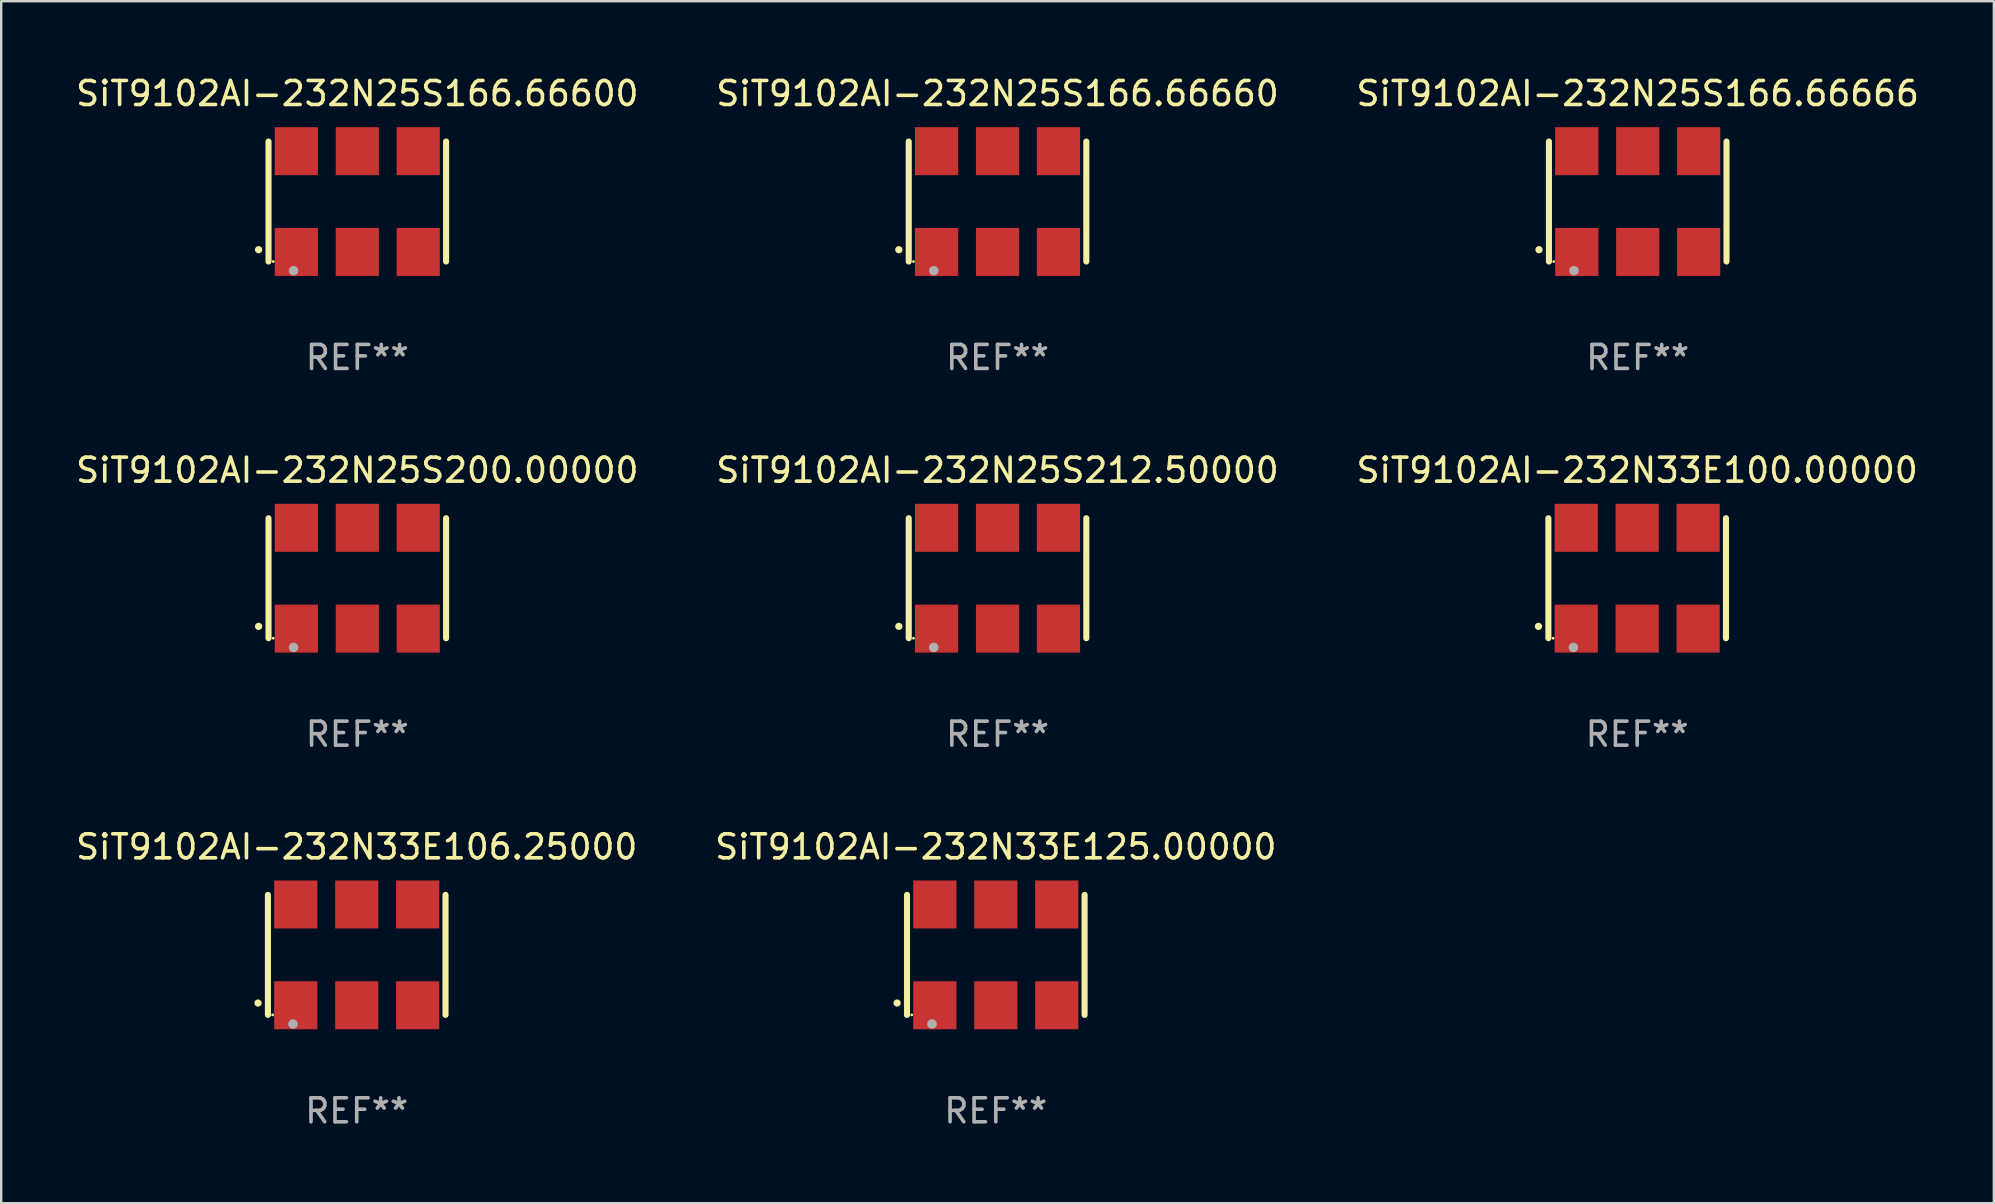
<source format=kicad_pcb>
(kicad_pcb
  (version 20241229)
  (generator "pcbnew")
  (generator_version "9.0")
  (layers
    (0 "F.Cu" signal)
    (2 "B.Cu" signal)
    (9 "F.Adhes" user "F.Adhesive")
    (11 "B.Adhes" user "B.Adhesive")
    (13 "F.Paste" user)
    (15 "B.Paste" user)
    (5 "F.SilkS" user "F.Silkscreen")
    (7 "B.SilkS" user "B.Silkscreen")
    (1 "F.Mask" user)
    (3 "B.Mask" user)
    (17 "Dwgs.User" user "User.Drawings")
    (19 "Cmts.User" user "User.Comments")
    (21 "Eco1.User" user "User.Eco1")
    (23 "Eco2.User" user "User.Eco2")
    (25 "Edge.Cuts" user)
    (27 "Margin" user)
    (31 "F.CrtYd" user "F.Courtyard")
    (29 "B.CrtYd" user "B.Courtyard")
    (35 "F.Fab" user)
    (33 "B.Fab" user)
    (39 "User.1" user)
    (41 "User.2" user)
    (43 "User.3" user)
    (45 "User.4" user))
  (footprint "SiT9102AI-232N25S212.50000"
    (layer "F.Cu")
    (at 38.518 21.045)
    (property "Reference" "SiT9102AI-232N25S212.50000" (at 0 -4.5 0) (layer "F.SilkS") (effects (font (size 1 1) (thickness 0.15))))
    (attr through_hole)
    (fp_line (start -3.7 -2.5) (end -3.7 2.5) (stroke (width 0.254) (type solid)) (layer "F.SilkS"))
    (fp_line (start 3.7 -2.5) (end 3.7 2.5) (stroke (width 0.254) (type solid)) (layer "F.SilkS"))
    (fp_arc (start -4.114415 2.006604) (mid -4.113145 2.006599) (end -4.111875 2.006604) (stroke (width 0.3) (type solid)) (layer "F.SilkS"))
    (fp_circle (center -3.502 2.5) (end -3.472 2.5) (stroke (width 0.06) (type solid)) (fill no) (layer "F.SilkS"))
    (fp_circle (center -2.657 2.882) (end -2.557 2.882) (stroke (width 0.2) (type solid)) (fill no) (layer "F.Fab"))
    (fp_text user "REF**" (at 0 6.5 0) (layer "F.Fab") (effects (font (size 1 1) (thickness 0.15))))
    (pad "1" smd rect (at -2.54 2.1) (size 1.8 2) (layers "F.Cu" "F.Mask" "F.Paste"))
    (pad "2" smd rect (at 0.000394 2.1) (size 1.8 2) (layers "F.Cu" "F.Mask" "F.Paste"))
    (pad "3" smd rect (at 2.54 2.1) (size 1.8 2) (layers "F.Cu" "F.Mask" "F.Paste"))
    (pad "4" smd rect (at 2.54 -2.1) (size 1.8 2) (layers "F.Cu" "F.Mask" "F.Paste"))
    (pad "5" smd rect (at 0.000394 -2.1) (size 1.8 2) (layers "F.Cu" "F.Mask" "F.Paste"))
    (pad "6" smd rect (at -2.54 -2.1) (size 1.8 2) (layers "F.Cu" "F.Mask" "F.Paste")))
  (footprint "SiT9102AI-232N33E106.25000"
    (layer "F.Cu")
    (at 11.815 36.741)
    (property "Reference" "SiT9102AI-232N33E106.25000" (at 0 -4.5 0) (layer "F.SilkS") (effects (font (size 1 1) (thickness 0.15))))
    (attr through_hole)
    (fp_line (start -3.7 -2.5) (end -3.7 2.5) (stroke (width 0.254) (type solid)) (layer "F.SilkS"))
    (fp_line (start 3.7 -2.5) (end 3.7 2.5) (stroke (width 0.254) (type solid)) (layer "F.SilkS"))
    (fp_arc (start -4.114415 2.006604) (mid -4.113145 2.006599) (end -4.111875 2.006604) (stroke (width 0.3) (type solid)) (layer "F.SilkS"))
    (fp_circle (center -3.502 2.5) (end -3.472 2.5) (stroke (width 0.06) (type solid)) (fill no) (layer "F.SilkS"))
    (fp_circle (center -2.657 2.882) (end -2.557 2.882) (stroke (width 0.2) (type solid)) (fill no) (layer "F.Fab"))
    (fp_text user "REF**" (at 0 6.5 0) (layer "F.Fab") (effects (font (size 1 1) (thickness 0.15))))
    (pad "1" smd rect (at -2.54 2.1) (size 1.8 2) (layers "F.Cu" "F.Mask" "F.Paste"))
    (pad "2" smd rect (at 0.000394 2.1) (size 1.8 2) (layers "F.Cu" "F.Mask" "F.Paste"))
    (pad "3" smd rect (at 2.54 2.1) (size 1.8 2) (layers "F.Cu" "F.Mask" "F.Paste"))
    (pad "4" smd rect (at 2.54 -2.1) (size 1.8 2) (layers "F.Cu" "F.Mask" "F.Paste"))
    (pad "5" smd rect (at 0.000394 -2.1) (size 1.8 2) (layers "F.Cu" "F.Mask" "F.Paste"))
    (pad "6" smd rect (at -2.54 -2.1) (size 1.8 2) (layers "F.Cu" "F.Mask" "F.Paste")))
  (footprint "SiT9102AI-232N25S166.66666"
    (layer "F.Cu")
    (at 65.196 5.348)
    (property "Reference" "SiT9102AI-232N25S166.66666" (at 0 -4.5 0) (layer "F.SilkS") (effects (font (size 1 1) (thickness 0.15))))
    (attr through_hole)
    (fp_line (start -3.7 -2.5) (end -3.7 2.5) (stroke (width 0.254) (type solid)) (layer "F.SilkS"))
    (fp_line (start 3.7 -2.5) (end 3.7 2.5) (stroke (width 0.254) (type solid)) (layer "F.SilkS"))
    (fp_arc (start -4.114415 2.006604) (mid -4.113145 2.006599) (end -4.111875 2.006604) (stroke (width 0.3) (type solid)) (layer "F.SilkS"))
    (fp_circle (center -3.502 2.5) (end -3.472 2.5) (stroke (width 0.06) (type solid)) (fill no) (layer "F.SilkS"))
    (fp_circle (center -2.657 2.882) (end -2.557 2.882) (stroke (width 0.2) (type solid)) (fill no) (layer "F.Fab"))
    (fp_text user "REF**" (at 0 6.5 0) (layer "F.Fab") (effects (font (size 1 1) (thickness 0.15))))
    (pad "1" smd rect (at -2.54 2.1) (size 1.8 2) (layers "F.Cu" "F.Mask" "F.Paste"))
    (pad "2" smd rect (at 0.000394 2.1) (size 1.8 2) (layers "F.Cu" "F.Mask" "F.Paste"))
    (pad "3" smd rect (at 2.54 2.1) (size 1.8 2) (layers "F.Cu" "F.Mask" "F.Paste"))
    (pad "4" smd rect (at 2.54 -2.1) (size 1.8 2) (layers "F.Cu" "F.Mask" "F.Paste"))
    (pad "5" smd rect (at 0.000394 -2.1) (size 1.8 2) (layers "F.Cu" "F.Mask" "F.Paste"))
    (pad "6" smd rect (at -2.54 -2.1) (size 1.8 2) (layers "F.Cu" "F.Mask" "F.Paste")))
  (footprint "SiT9102AI-232N25S200.00000"
    (layer "F.Cu")
    (at 11.839 21.045)
    (property "Reference" "SiT9102AI-232N25S200.00000" (at 0 -4.5 0) (layer "F.SilkS") (effects (font (size 1 1) (thickness 0.15))))
    (attr through_hole)
    (fp_line (start -3.7 -2.5) (end -3.7 2.5) (stroke (width 0.254) (type solid)) (layer "F.SilkS"))
    (fp_line (start 3.7 -2.5) (end 3.7 2.5) (stroke (width 0.254) (type solid)) (layer "F.SilkS"))
    (fp_arc (start -4.114415 2.006604) (mid -4.113145 2.006599) (end -4.111875 2.006604) (stroke (width 0.3) (type solid)) (layer "F.SilkS"))
    (fp_circle (center -3.502 2.5) (end -3.472 2.5) (stroke (width 0.06) (type solid)) (fill no) (layer "F.SilkS"))
    (fp_circle (center -2.657 2.882) (end -2.557 2.882) (stroke (width 0.2) (type solid)) (fill no) (layer "F.Fab"))
    (fp_text user "REF**" (at 0 6.5 0) (layer "F.Fab") (effects (font (size 1 1) (thickness 0.15))))
    (pad "1" smd rect (at -2.54 2.1) (size 1.8 2) (layers "F.Cu" "F.Mask" "F.Paste"))
    (pad "2" smd rect (at 0.000394 2.1) (size 1.8 2) (layers "F.Cu" "F.Mask" "F.Paste"))
    (pad "3" smd rect (at 2.54 2.1) (size 1.8 2) (layers "F.Cu" "F.Mask" "F.Paste"))
    (pad "4" smd rect (at 2.54 -2.1) (size 1.8 2) (layers "F.Cu" "F.Mask" "F.Paste"))
    (pad "5" smd rect (at 0.000394 -2.1) (size 1.8 2) (layers "F.Cu" "F.Mask" "F.Paste"))
    (pad "6" smd rect (at -2.54 -2.1) (size 1.8 2) (layers "F.Cu" "F.Mask" "F.Paste")))
  (footprint "SiT9102AI-232N33E125.00000"
    (layer "F.Cu")
    (at 38.446 36.741)
    (property "Reference" "SiT9102AI-232N33E125.00000" (at 0 -4.5 0) (layer "F.SilkS") (effects (font (size 1 1) (thickness 0.15))))
    (attr through_hole)
    (fp_line (start -3.7 -2.5) (end -3.7 2.5) (stroke (width 0.254) (type solid)) (layer "F.SilkS"))
    (fp_line (start 3.7 -2.5) (end 3.7 2.5) (stroke (width 0.254) (type solid)) (layer "F.SilkS"))
    (fp_arc (start -4.114415 2.006604) (mid -4.113145 2.006599) (end -4.111875 2.006604) (stroke (width 0.3) (type solid)) (layer "F.SilkS"))
    (fp_circle (center -3.502 2.5) (end -3.472 2.5) (stroke (width 0.06) (type solid)) (fill no) (layer "F.SilkS"))
    (fp_circle (center -2.657 2.882) (end -2.557 2.882) (stroke (width 0.2) (type solid)) (fill no) (layer "F.Fab"))
    (fp_text user "REF**" (at 0 6.5 0) (layer "F.Fab") (effects (font (size 1 1) (thickness 0.15))))
    (pad "1" smd rect (at -2.54 2.1) (size 1.8 2) (layers "F.Cu" "F.Mask" "F.Paste"))
    (pad "2" smd rect (at 0.000394 2.1) (size 1.8 2) (layers "F.Cu" "F.Mask" "F.Paste"))
    (pad "3" smd rect (at 2.54 2.1) (size 1.8 2) (layers "F.Cu" "F.Mask" "F.Paste"))
    (pad "4" smd rect (at 2.54 -2.1) (size 1.8 2) (layers "F.Cu" "F.Mask" "F.Paste"))
    (pad "5" smd rect (at 0.000394 -2.1) (size 1.8 2) (layers "F.Cu" "F.Mask" "F.Paste"))
    (pad "6" smd rect (at -2.54 -2.1) (size 1.8 2) (layers "F.Cu" "F.Mask" "F.Paste")))
  (footprint "SiT9102AI-232N25S166.66600"
    (layer "F.Cu")
    (at 11.839 5.348)
    (property "Reference" "SiT9102AI-232N25S166.66600" (at 0 -4.5 0) (layer "F.SilkS") (effects (font (size 1 1) (thickness 0.15))))
    (attr through_hole)
    (fp_line (start -3.7 -2.5) (end -3.7 2.5) (stroke (width 0.254) (type solid)) (layer "F.SilkS"))
    (fp_line (start 3.7 -2.5) (end 3.7 2.5) (stroke (width 0.254) (type solid)) (layer "F.SilkS"))
    (fp_arc (start -4.114415 2.006604) (mid -4.113145 2.006599) (end -4.111875 2.006604) (stroke (width 0.3) (type solid)) (layer "F.SilkS"))
    (fp_circle (center -3.502 2.5) (end -3.472 2.5) (stroke (width 0.06) (type solid)) (fill no) (layer "F.SilkS"))
    (fp_circle (center -2.657 2.882) (end -2.557 2.882) (stroke (width 0.2) (type solid)) (fill no) (layer "F.Fab"))
    (fp_text user "REF**" (at 0 6.5 0) (layer "F.Fab") (effects (font (size 1 1) (thickness 0.15))))
    (pad "1" smd rect (at -2.54 2.1) (size 1.8 2) (layers "F.Cu" "F.Mask" "F.Paste"))
    (pad "2" smd rect (at 0.000394 2.1) (size 1.8 2) (layers "F.Cu" "F.Mask" "F.Paste"))
    (pad "3" smd rect (at 2.54 2.1) (size 1.8 2) (layers "F.Cu" "F.Mask" "F.Paste"))
    (pad "4" smd rect (at 2.54 -2.1) (size 1.8 2) (layers "F.Cu" "F.Mask" "F.Paste"))
    (pad "5" smd rect (at 0.000394 -2.1) (size 1.8 2) (layers "F.Cu" "F.Mask" "F.Paste"))
    (pad "6" smd rect (at -2.54 -2.1) (size 1.8 2) (layers "F.Cu" "F.Mask" "F.Paste")))
  (footprint "SiT9102AI-232N33E100.00000"
    (layer "F.Cu")
    (at 65.173 21.045)
    (property "Reference" "SiT9102AI-232N33E100.00000" (at 0 -4.5 0) (layer "F.SilkS") (effects (font (size 1 1) (thickness 0.15))))
    (attr through_hole)
    (fp_line (start -3.7 -2.5) (end -3.7 2.5) (stroke (width 0.254) (type solid)) (layer "F.SilkS"))
    (fp_line (start 3.7 -2.5) (end 3.7 2.5) (stroke (width 0.254) (type solid)) (layer "F.SilkS"))
    (fp_arc (start -4.114415 2.006604) (mid -4.113145 2.006599) (end -4.111875 2.006604) (stroke (width 0.3) (type solid)) (layer "F.SilkS"))
    (fp_circle (center -3.502 2.5) (end -3.472 2.5) (stroke (width 0.06) (type solid)) (fill no) (layer "F.SilkS"))
    (fp_circle (center -2.657 2.882) (end -2.557 2.882) (stroke (width 0.2) (type solid)) (fill no) (layer "F.Fab"))
    (fp_text user "REF**" (at 0 6.5 0) (layer "F.Fab") (effects (font (size 1 1) (thickness 0.15))))
    (pad "1" smd rect (at -2.54 2.1) (size 1.8 2) (layers "F.Cu" "F.Mask" "F.Paste"))
    (pad "2" smd rect (at 0.000394 2.1) (size 1.8 2) (layers "F.Cu" "F.Mask" "F.Paste"))
    (pad "3" smd rect (at 2.54 2.1) (size 1.8 2) (layers "F.Cu" "F.Mask" "F.Paste"))
    (pad "4" smd rect (at 2.54 -2.1) (size 1.8 2) (layers "F.Cu" "F.Mask" "F.Paste"))
    (pad "5" smd rect (at 0.000394 -2.1) (size 1.8 2) (layers "F.Cu" "F.Mask" "F.Paste"))
    (pad "6" smd rect (at -2.54 -2.1) (size 1.8 2) (layers "F.Cu" "F.Mask" "F.Paste")))
  (footprint "SiT9102AI-232N25S166.66660"
    (layer "F.Cu")
    (at 38.518 5.348)
    (property "Reference" "SiT9102AI-232N25S166.66660" (at 0 -4.5 0) (layer "F.SilkS") (effects (font (size 1 1) (thickness 0.15))))
    (attr through_hole)
    (fp_line (start -3.7 -2.5) (end -3.7 2.5) (stroke (width 0.254) (type solid)) (layer "F.SilkS"))
    (fp_line (start 3.7 -2.5) (end 3.7 2.5) (stroke (width 0.254) (type solid)) (layer "F.SilkS"))
    (fp_arc (start -4.114415 2.006604) (mid -4.113145 2.006599) (end -4.111875 2.006604) (stroke (width 0.3) (type solid)) (layer "F.SilkS"))
    (fp_circle (center -3.502 2.5) (end -3.472 2.5) (stroke (width 0.06) (type solid)) (fill no) (layer "F.SilkS"))
    (fp_circle (center -2.657 2.882) (end -2.557 2.882) (stroke (width 0.2) (type solid)) (fill no) (layer "F.Fab"))
    (fp_text user "REF**" (at 0 6.5 0) (layer "F.Fab") (effects (font (size 1 1) (thickness 0.15))))
    (pad "1" smd rect (at -2.54 2.1) (size 1.8 2) (layers "F.Cu" "F.Mask" "F.Paste"))
    (pad "2" smd rect (at 0.000394 2.1) (size 1.8 2) (layers "F.Cu" "F.Mask" "F.Paste"))
    (pad "3" smd rect (at 2.54 2.1) (size 1.8 2) (layers "F.Cu" "F.Mask" "F.Paste"))
    (pad "4" smd rect (at 2.54 -2.1) (size 1.8 2) (layers "F.Cu" "F.Mask" "F.Paste"))
    (pad "5" smd rect (at 0.000394 -2.1) (size 1.8 2) (layers "F.Cu" "F.Mask" "F.Paste"))
    (pad "6" smd rect (at -2.54 -2.1) (size 1.8 2) (layers "F.Cu" "F.Mask" "F.Paste")))
  (gr_rect
    (start -3 -3)
    (end 80.036 47.09)
    (stroke (width 0.1) (type default))
    (fill no)
    (layer "Edge.Cuts")))
</source>
